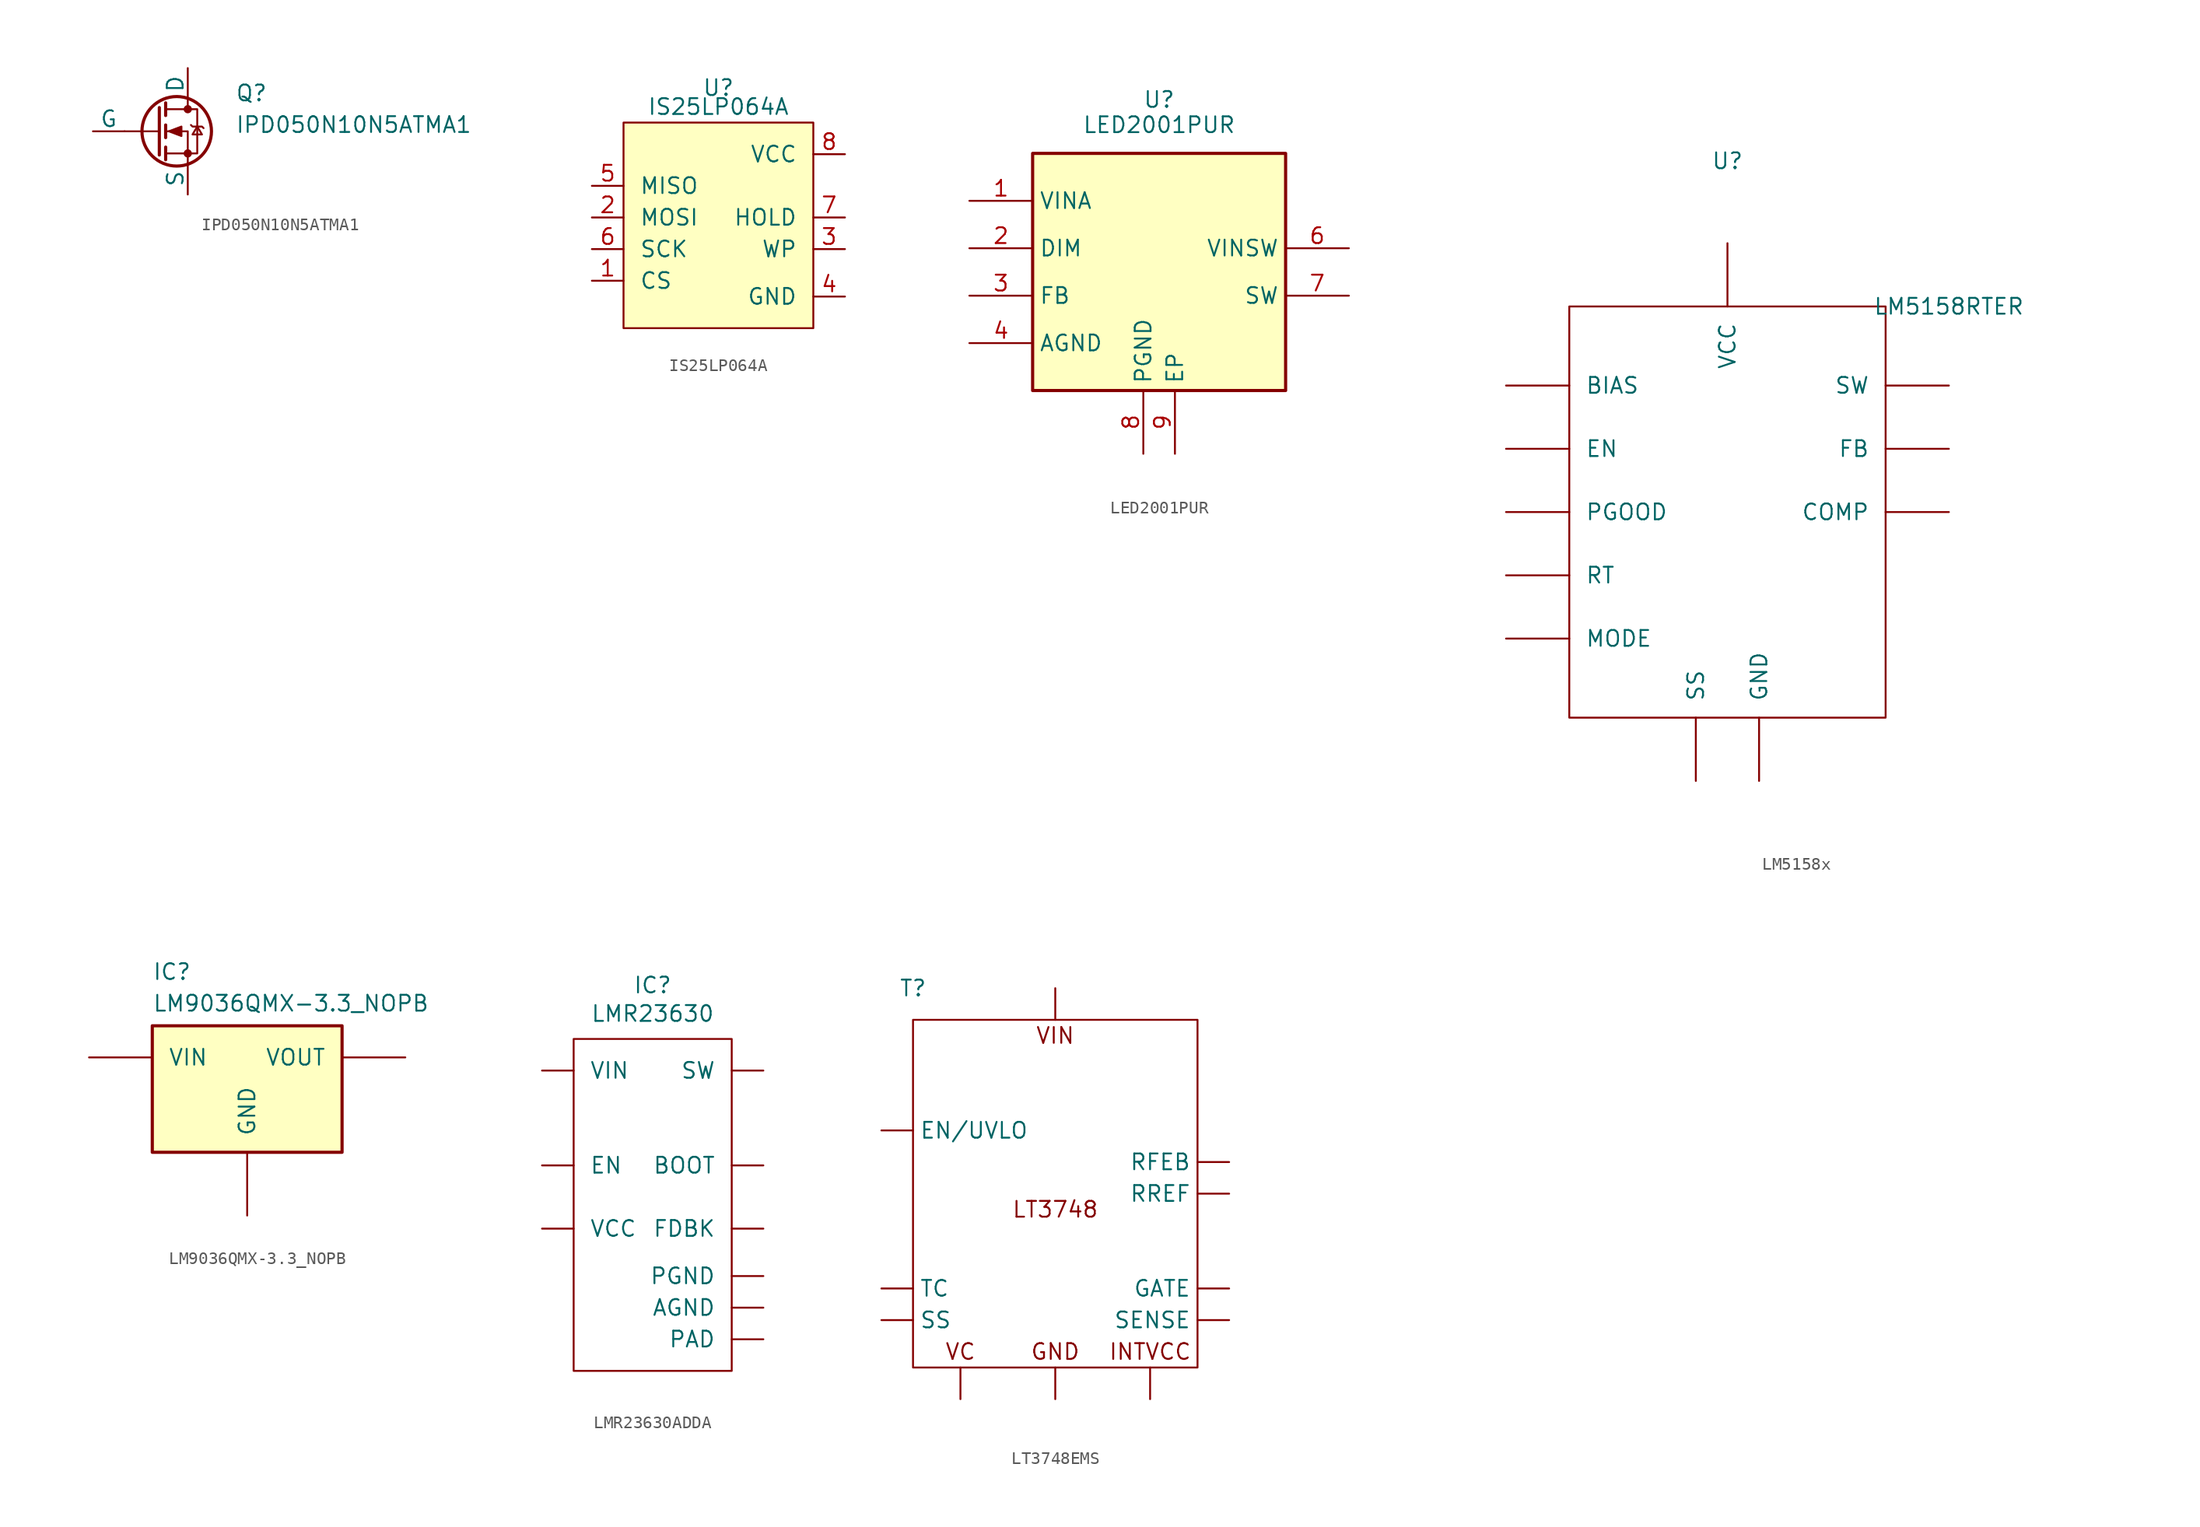
<source format=kicad_sym>
(kicad_symbol_lib
  (version 20231120)
  (generator "kicad_symbol_editor")
  (generator_version "8.0")
  (symbol "IPD050N10N5ATMA1"
    (pin_numbers hide)
    (pin_names
      (offset 0))
    (property "Reference" "Q"
      (at 11.43 3.81 0)
      (effects (font (size 1.27 1.27)) (justify left top)))
    (property "Value" "IPD050N10N5ATMA1"
      (at 11.43 1.27 0)
      (effects (font (size 1.27 1.27)) (justify left top)))
    (symbol "IPD050N10N5ATMA1_0_1"
      (polyline (pts (xy 5.334 0) (xy 2.54 0)) (stroke (width 0) (type default)) (fill (type none)))
      (polyline (pts (xy 5.334 1.905) (xy 5.334 -1.905)) (stroke (width 0.254) (type default)) (fill (type none)))
      (polyline (pts (xy 5.842 -1.27) (xy 5.842 -2.286)) (stroke (width 0.254) (type default)) (fill (type none)))
      (polyline (pts (xy 5.842 0.508) (xy 5.842 -0.508)) (stroke (width 0.254) (type default)) (fill (type none)))
      (polyline (pts (xy 5.842 2.286) (xy 5.842 1.27)) (stroke (width 0.254) (type default)) (fill (type none)))
      (polyline (pts (xy 7.62 2.54) (xy 7.62 1.778)) (stroke (width 0) (type default)) (fill (type none)))
      (polyline (pts (xy 7.62 -2.54) (xy 7.62 0) (xy 5.842 0)) (stroke (width 0) (type default)) (fill (type none)))
      (polyline (pts (xy 5.842 -1.778) (xy 8.382 -1.778) (xy 8.382 1.778) (xy 5.842 1.778)) (stroke (width 0) (type default)) (fill (type none)))
      (polyline (pts (xy 6.096 0) (xy 7.112 0.381) (xy 7.112 -0.381) (xy 6.096 0)) (stroke (width 0) (type default)) (fill (type outline)))
      (polyline (pts (xy 7.874 0.508) (xy 8.001 0.381) (xy 8.763 0.381) (xy 8.89 0.254)) (stroke (width 0) (type default)) (fill (type none)))
      (polyline (pts (xy 8.382 0.381) (xy 8.001 -0.254) (xy 8.763 -0.254) (xy 8.382 0.381)) (stroke (width 0) (type default)) (fill (type none)))
      (circle (center 6.731 0) (radius 2.794) (stroke (width 0.254) (type default)) (fill (type none)))
      (circle (center 7.62 -1.778) (radius 0.254) (stroke (width 0) (type default)) (fill (type outline)))
      (circle (center 7.62 1.778) (radius 0.254) (stroke (width 0) (type default)) (fill (type outline))))
    (symbol "IPD050N10N5ATMA1_1_1"
      (pin input line (at 0 0 0) (length 2.54) (name "G" (effects (font (size 1.27 1.27)))) (number "1" (effects (font (size 1.27 1.27)))))
      (pin passive line (at 7.62 5.08 270) (length 2.54) (name "D" (effects (font (size 1.27 1.27)))) (number "2" (effects (font (size 1.27 1.27)))))
      (pin passive line (at 7.62 -5.08 90) (length 2.54) (name "S" (effects (font (size 1.27 1.27)))) (number "3" (effects (font (size 1.27 1.27)))))))
  (symbol "IS25LP064A"
    (pin_names
      (offset 1.27))
    (property "Reference" "U"
      (at 0 2.794 0)
      (effects (font (size 1.27 1.27))))
    (property "Value" "IS25LP064A"
      (at 0 1.27 0)
      (effects (font (size 1.27 1.27))))
    (symbol "IS25LP064A_1_1"
      (rectangle (start -7.62 0) (end 7.62 -16.51) (stroke (width 0) (type default)) (fill (type background)))
      (pin input line (at -10.16 -12.7 0) (length 2.54) (name "CS" (effects (font (size 1.27 1.27)))) (number "1" (effects (font (size 1.27 1.27)))))
      (pin bidirectional line (at -10.16 -7.62 0) (length 2.54) (name "MOSI" (effects (font (size 1.27 1.27)))) (number "2" (effects (font (size 1.27 1.27)))))
      (pin bidirectional line (at 10.16 -10.16 180) (length 2.54) (name "WP" (effects (font (size 1.27 1.27)))) (number "3" (effects (font (size 1.27 1.27)))))
      (pin passive line (at 10.16 -13.97 180) (length 2.54) (name "GND" (effects (font (size 1.27 1.27)))) (number "4" (effects (font (size 1.27 1.27)))))
      (pin bidirectional line (at -10.16 -5.08 0) (length 2.54) (name "MISO" (effects (font (size 1.27 1.27)))) (number "5" (effects (font (size 1.27 1.27)))))
      (pin input line (at -10.16 -10.16 0) (length 2.54) (name "SCK" (effects (font (size 1.27 1.27)))) (number "6" (effects (font (size 1.27 1.27)))))
      (pin bidirectional line (at 10.16 -7.62 180) (length 2.54) (name "HOLD" (effects (font (size 1.27 1.27)))) (number "7" (effects (font (size 1.27 1.27)))))
      (pin power_in line (at 10.16 -2.54 180) (length 2.54) (name "VCC" (effects (font (size 1.27 1.27)))) (number "8" (effects (font (size 1.27 1.27)))))))
  (symbol "LED2001PUR"
    (property "Reference" "U"
      (at 0 13.208 0)
      (effects (font (size 1.27 1.27))))
    (property "Value" "LED2001PUR"
      (at 0 11.176 0)
      (effects (font (size 1.27 1.27))))
    (symbol "LED2001PUR_0_1"
      (rectangle (start -10.16 8.89) (end 10.16 -10.16) (stroke (width 0.254) (type default)) (fill (type background))))
    (symbol "LED2001PUR_1_1"
      (pin power_in line (at -15.24 5.08 0) (length 5.08) (name "VINA" (effects (font (size 1.27 1.27)))) (number "1" (effects (font (size 1.27 1.27)))))
      (pin input line (at -15.24 1.27 0) (length 5.08) (name "DIM" (effects (font (size 1.27 1.27)))) (number "2" (effects (font (size 1.27 1.27)))))
      (pin input line (at -15.24 -2.54 0) (length 5.08) (name "FB" (effects (font (size 1.27 1.27)))) (number "3" (effects (font (size 1.27 1.27)))))
      (pin power_out line (at -15.24 -6.35 0) (length 5.08) (name "AGND" (effects (font (size 1.27 1.27)))) (number "4" (effects (font (size 1.27 1.27)))))
      (pin input line (at 12.7 -7.62 180) (length 2.54) hide (name "NC" (effects (font (size 1.27 1.27)))) (number "5" (effects (font (size 1.27 1.27)))))
      (pin power_in line (at 15.24 1.27 180) (length 5.08) (name "VINSW" (effects (font (size 1.27 1.27)))) (number "6" (effects (font (size 1.27 1.27)))))
      (pin output line (at 15.24 -2.54 180) (length 5.08) (name "SW" (effects (font (size 1.27 1.27)))) (number "7" (effects (font (size 1.27 1.27)))))
      (pin power_in line (at -1.27 -15.24 90) (length 5.08) (name "PGND" (effects (font (size 1.27 1.27)))) (number "8" (effects (font (size 1.27 1.27)))))
      (pin power_in line (at 1.27 -15.24 90) (length 5.08) (name "EP" (effects (font (size 1.27 1.27)))) (number "9" (effects (font (size 1.27 1.27)))))))
  (symbol "LM5158x"
    (pin_numbers hide)
    (pin_names
      (offset 1.27))
    (property "Reference" "U"
      (at 0 6.604 0)
      (effects (font (size 1.27 1.27))))
    (property "Value" "LM5158RTER"
      (at 17.78 -5.08 0)
      (effects (font (size 1.27 1.27))))
    (symbol "LM5158x_0_1"
      (rectangle (start 12.7 -5.08) (end -12.7 -38.1) (stroke (width 0) (type default)) (fill (type none))))
    (symbol "LM5158x_1_1"
      (pin input line (at -2.54 -43.18 90) (length 5.08) (name "SS" (effects (font (size 1.27 1.27)))) (number "10" (effects (font (size 1.27 1.27)))))
      (pin input line (at -17.78 -31.75 0) (length 5.08) (name "MODE" (effects (font (size 1.27 1.27)))) (number "11" (effects (font (size 1.27 1.27)))))
      (pin no_connect line (at 29.21 10.16 180) (length 5.08) hide (name "NC" (effects (font (size 1.27 1.27)))) (number "12" (effects (font (size 1.27 1.27)))))
      (pin passive line (at 17.78 -11.43 180) (length 5.08) (name "SW" (effects (font (size 1.27 1.27)))) (number "13" (effects (font (size 1.27 1.27)))))
      (pin passive line (at 17.78 -11.43 180) (length 5.08) hide (name "SW" (effects (font (size 1.27 1.27)))) (number "14" (effects (font (size 1.27 1.27)))))
      (pin no_connect line (at 29.21 10.16 180) (length 5.08) hide (name "NC" (effects (font (size 1.27 1.27)))) (number "15" (effects (font (size 1.27 1.27)))))
      (pin power_in line (at 2.54 -43.18 90) (length 5.08) hide (name "GND" (effects (font (size 1.27 1.27)))) (number "17" (effects (font (size 1.27 1.27)))))
      (pin power_out line (at 0 0 270) (length 5.08) (name "VCC" (effects (font (size 1.27 1.27)))) (number "2" (effects (font (size 1.27 1.27)))))
      (pin power_in line (at -17.78 -11.43 0) (length 5.08) (name "BIAS" (effects (font (size 1.27 1.27)))) (number "3" (effects (font (size 1.27 1.27)))))
      (pin output line (at -17.78 -21.59 0) (length 5.08) (name "PGOOD" (effects (font (size 1.27 1.27)))) (number "4" (effects (font (size 1.27 1.27)))))
      (pin input line (at -17.78 -26.67 0) (length 5.08) (name "RT" (effects (font (size 1.27 1.27)))) (number "5" (effects (font (size 1.27 1.27)))))
      (pin input line (at -17.78 -16.51 0) (length 5.08) (name "EN" (effects (font (size 1.27 1.27)))) (number "6" (effects (font (size 1.27 1.27)))) (alternate "SYNC" input line) (alternate "UVLO" input line))
      (pin power_in line (at 2.54 -43.18 90) (length 5.08) (name "GND" (effects (font (size 1.27 1.27)))) (number "7" (effects (font (size 1.27 1.27)))))
      (pin output line (at 17.78 -21.59 180) (length 5.08) (name "COMP" (effects (font (size 1.27 1.27)))) (number "8" (effects (font (size 1.27 1.27)))))
      (pin input line (at 17.78 -16.51 180) (length 5.08) (name "FB" (effects (font (size 1.27 1.27)))) (number "9" (effects (font (size 1.27 1.27)))))))
  (symbol "LM9036QMX-3.3_NOPB"
    (pin_numbers hide)
    (pin_names
      (offset 1.27))
    (property "Reference" "IC"
      (at 5.08 7.62 0)
      (effects (font (size 1.27 1.27)) (justify left top)))
    (property "Value" "LM9036QMX-3.3_NOPB"
      (at 5.08 5.08 0)
      (effects (font (size 1.27 1.27)) (justify left top)))
    (symbol "LM9036QMX-3.3_NOPB_1_1"
      (rectangle (start 5.08 2.54) (end 20.32 -7.62) (stroke (width 0.254) (type default)) (fill (type background)))
      (pin passive line (at 25.4 0 180) (length 5.08) (name "VOUT" (effects (font (size 1.27 1.27)))) (number "1" (effects (font (size 1.27 1.27)))))
      (pin passive line (at 12.7 -12.7 90) (length 5.08) (name "GND" (effects (font (size 1.27 1.27)))) (number "2,3,6,7" (effects (font (size 1.27 1.27)))))
      (pin passive line (at 10.16 -12.7 90) (length 5.08) hide (name "N/C_1" (effects (font (size 1.27 1.27)))) (number "4" (effects (font (size 1.27 1.27)))))
      (pin passive line (at 15.24 -12.7 90) (length 5.08) hide (name "N/C_2" (effects (font (size 1.27 1.27)))) (number "5" (effects (font (size 1.27 1.27)))))
      (pin passive line (at 0 0 0) (length 5.08) (name "VIN" (effects (font (size 1.27 1.27)))) (number "8" (effects (font (size 1.27 1.27)))))))
  (symbol "LMR23630ADDA"
    (pin_numbers hide)
    (pin_names
      (offset 1.27))
    (property "Reference" "IC"
      (at 0 4.318 0)
      (effects (font (size 1.27 1.27))))
    (property "Value" "LMR23630"
      (at 0 2.032 0)
      (effects (font (size 1.27 1.27))))
    (symbol "LMR23630ADDA_0_1"
      (rectangle (start -6.35 0) (end 6.35 -26.67) (stroke (width 0) (type default)) (fill (type none))))
    (symbol "LMR23630ADDA_1_1"
      (pin input line (at 8.89 -2.54 180) (length 2.54) (name "SW" (effects (font (size 1.27 1.27)))) (number "1" (effects (font (size 1.27 1.27)))))
      (pin input line (at 8.89 -10.16 180) (length 2.54) (name "BOOT" (effects (font (size 1.27 1.27)))) (number "2" (effects (font (size 1.27 1.27)))))
      (pin input line (at 8.89 -15.24 180) (length 2.54) (name "FDBK" (effects (font (size 1.27 1.27)))) (number "4" (effects (font (size 1.27 1.27)))))
      (pin input line (at -8.89 -10.16 0) (length 2.54) (name "EN" (effects (font (size 1.27 1.27)))) (number "5" (effects (font (size 1.27 1.27)))))
      (pin input line (at -8.89 -15.24 0) (length 2.54) (name "VCC" (effects (font (size 1.27 1.27)))) (number "5" (effects (font (size 1.27 1.27)))))
      (pin input line (at 8.89 -21.59 180) (length 2.54) (name "AGND" (effects (font (size 1.27 1.27)))) (number "6" (effects (font (size 1.27 1.27)))))
      (pin input line (at -8.89 -2.54 0) (length 2.54) (name "VIN" (effects (font (size 1.27 1.27)))) (number "7" (effects (font (size 1.27 1.27)))))
      (pin input line (at 8.89 -19.05 180) (length 2.54) (name "PGND" (effects (font (size 1.27 1.27)))) (number "8" (effects (font (size 1.27 1.27)))))
      (pin input line (at 8.89 -24.13 180) (length 2.54) (name "PAD" (effects (font (size 1.27 1.27)))) (number "PAD" (effects (font (size 1.27 1.27)))))))
  (symbol "LT3748EMS"
    (pin_numbers hide)
    (property "Reference" "T"
      (at 0 2.54 0)
      (effects (font (size 1.27 1.27))))
    (property "Value" ""
      (at 0 -5.08 0)
      (effects (font (size 1.27 1.27))))
    (symbol "LT3748EMS_0_0"
      (text "INTVCC" (at 19.05 -26.67 0) (effects (font (size 1.27 1.27)))))
    (symbol "LT3748EMS_1_1"
      (rectangle (start 0 0) (end 22.86 -27.94) (stroke (width 0) (type default)) (fill (type none)))
      (text "GND" (at 11.43 -26.67 0) (effects (font (size 1.27 1.27))))
      (text "LT3748" (at 11.43 -15.24 0) (effects (font (size 1.27 1.27))))
      (text "VC" (at 3.81 -26.67 0) (effects (font (size 1.27 1.27))))
      (text "VIN" (at 11.43 -1.27 0) (effects (font (size 1.27 1.27))))
      (pin input line (at 11.43 2.54 270) (length 2.54) (name "" (effects (font (size 1.27 1.27)))) (number "1" (effects (font (size 1.27 1.27)))))
      (pin input line (at -2.54 -24.13 0) (length 2.54) (name "SS" (effects (font (size 1.27 1.27)))) (number "10" (effects (font (size 1.27 1.27)))))
      (pin input line (at 3.81 -30.48 90) (length 2.54) (name "" (effects (font (size 1.27 1.27)))) (number "11" (effects (font (size 1.27 1.27)))))
      (pin input line (at -2.54 -21.59 0) (length 2.54) (name "TC" (effects (font (size 1.27 1.27)))) (number "12" (effects (font (size 1.27 1.27)))))
      (pin input line (at 25.4 -13.97 180) (length 2.54) (name "RREF" (effects (font (size 1.27 1.27)))) (number "14" (effects (font (size 1.27 1.27)))))
      (pin input line (at 25.4 -11.43 180) (length 2.54) (name "RFEB" (effects (font (size 1.27 1.27)))) (number "16" (effects (font (size 1.27 1.27)))))
      (pin input line (at -2.54 -8.89 0) (length 2.54) (name "EN/UVLO" (effects (font (size 1.27 1.27)))) (number "3" (effects (font (size 1.27 1.27)))))
      (pin input line (at 19.05 -30.48 90) (length 2.54) (name "" (effects (font (size 1.27 1.27)))) (number "5" (effects (font (size 1.27 1.27)))))
      (pin input line (at 25.4 -21.59 180) (length 2.54) (name "GATE" (effects (font (size 1.27 1.27)))) (number "6" (effects (font (size 1.27 1.27)))))
      (pin input line (at 25.4 -24.13 180) (length 2.54) (name "SENSE" (effects (font (size 1.27 1.27)))) (number "7" (effects (font (size 1.27 1.27)))))
      (pin input line (at 11.43 -30.48 90) (length 2.54) hide (name "" (effects (font (size 1.27 1.27)))) (number "8" (effects (font (size 1.27 1.27)))))
      (pin input line (at 11.43 -30.48 90) (length 2.54) (name "" (effects (font (size 1.27 1.27)))) (number "9" (effects (font (size 1.27 1.27))))))))
</source>
